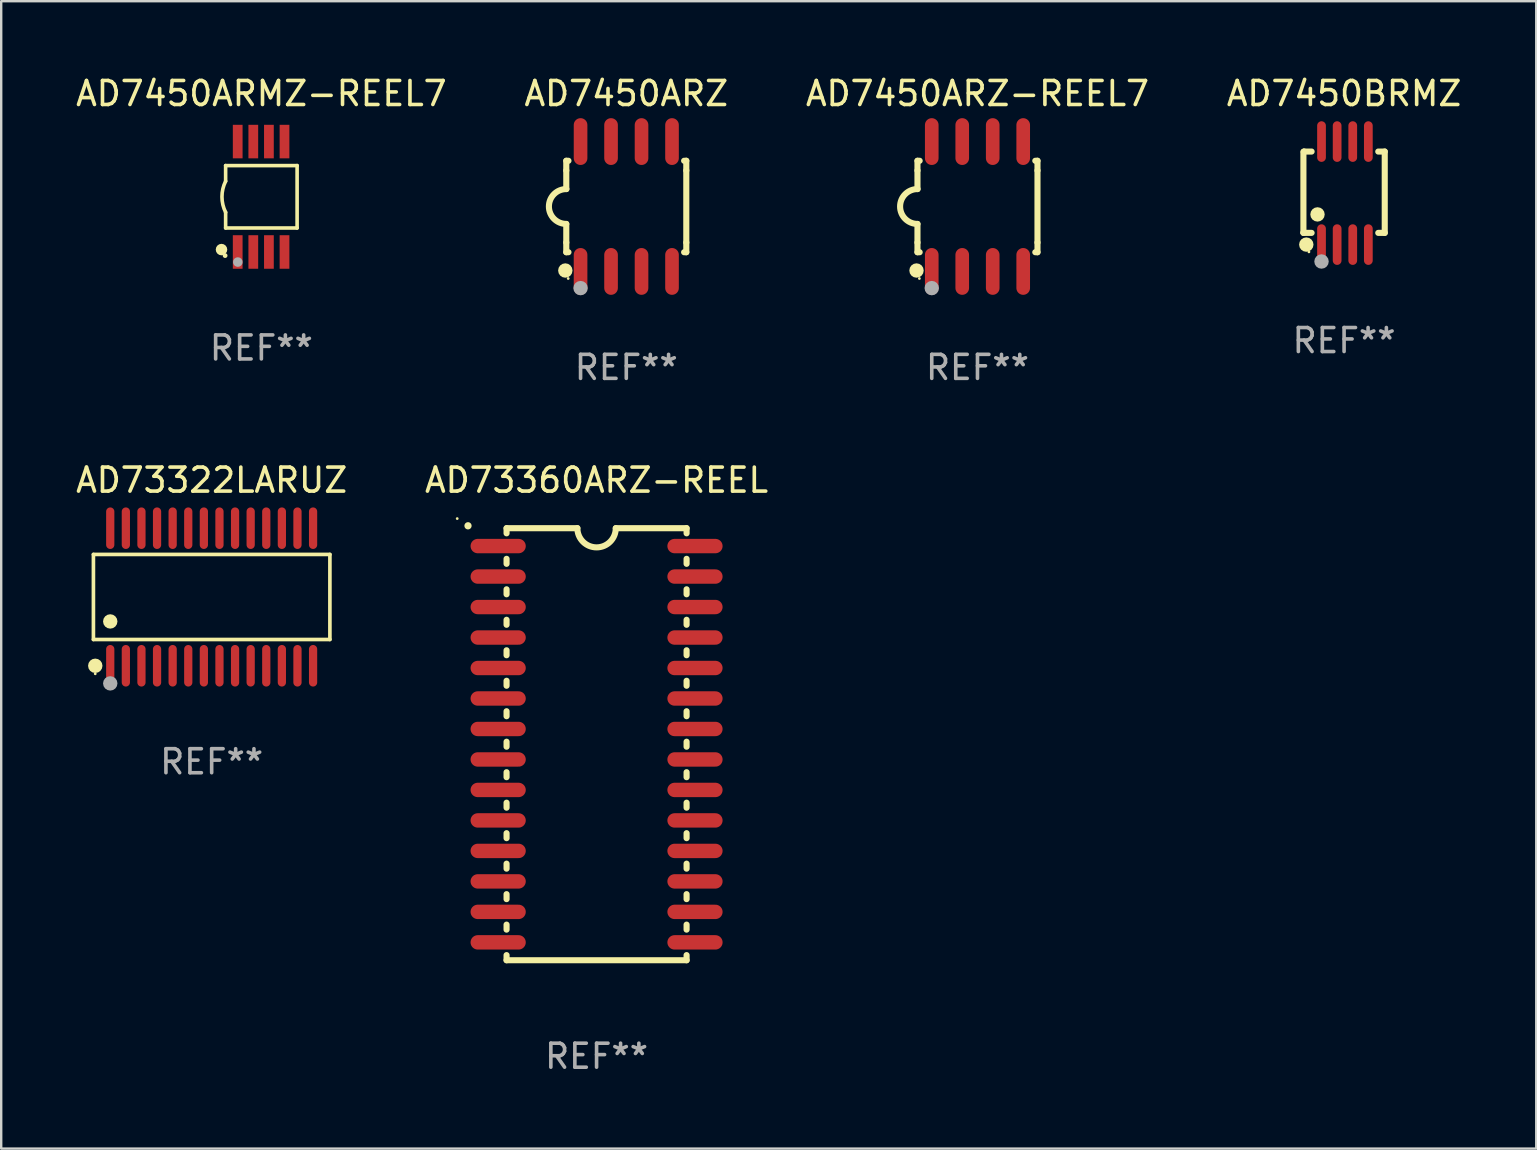
<source format=kicad_pcb>
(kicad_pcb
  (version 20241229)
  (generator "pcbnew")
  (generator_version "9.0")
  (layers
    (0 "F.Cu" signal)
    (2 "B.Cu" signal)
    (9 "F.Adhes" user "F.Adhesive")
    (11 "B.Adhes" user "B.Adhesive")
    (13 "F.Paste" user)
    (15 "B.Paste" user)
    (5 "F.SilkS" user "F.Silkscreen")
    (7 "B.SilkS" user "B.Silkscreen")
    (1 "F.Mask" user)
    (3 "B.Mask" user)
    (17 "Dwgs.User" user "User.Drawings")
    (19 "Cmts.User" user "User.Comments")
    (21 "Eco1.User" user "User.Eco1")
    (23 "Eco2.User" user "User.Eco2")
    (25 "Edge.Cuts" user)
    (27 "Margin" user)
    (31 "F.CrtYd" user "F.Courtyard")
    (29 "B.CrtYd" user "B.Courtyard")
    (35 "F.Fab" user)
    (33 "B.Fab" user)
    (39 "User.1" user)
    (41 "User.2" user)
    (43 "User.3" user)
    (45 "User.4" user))
  (footprint "AD73360ARZ-REEL"
    (layer "F.Cu")
    (at 21.804 27.955)
    (property "Reference" "AD73360ARZ-REEL" (at 0 -11 0) (layer "F.SilkS") (effects (font (size 1 1) (thickness 0.15))))
    (attr through_hole)
    (fp_line (start -3.75 -9) (end -3.75 -8.786) (stroke (width 0.254) (type solid)) (layer "F.SilkS"))
    (fp_line (start -3.75 -9) (end -0.8 -9) (stroke (width 0.254) (type solid)) (layer "F.SilkS"))
    (fp_line (start -3.75 -7.724) (end -3.75 -7.516) (stroke (width 0.254) (type solid)) (layer "F.SilkS"))
    (fp_line (start -3.75 -6.454) (end -3.75 -6.246) (stroke (width 0.254) (type solid)) (layer "F.SilkS"))
    (fp_line (start -3.75 -5.184) (end -3.75 -4.976) (stroke (width 0.254) (type solid)) (layer "F.SilkS"))
    (fp_line (start -3.75 -3.914) (end -3.75 -3.706) (stroke (width 0.254) (type solid)) (layer "F.SilkS"))
    (fp_line (start -3.75 -2.644) (end -3.75 -2.436) (stroke (width 0.254) (type solid)) (layer "F.SilkS"))
    (fp_line (start -3.75 -1.374) (end -3.75 -1.166) (stroke (width 0.254) (type solid)) (layer "F.SilkS"))
    (fp_line (start -3.75 -0.104) (end -3.75 0.104) (stroke (width 0.254) (type solid)) (layer "F.SilkS"))
    (fp_line (start -3.75 1.166) (end -3.75 1.374) (stroke (width 0.254) (type solid)) (layer "F.SilkS"))
    (fp_line (start -3.75 2.436) (end -3.75 2.644) (stroke (width 0.254) (type solid)) (layer "F.SilkS"))
    (fp_line (start -3.75 3.706) (end -3.75 3.914) (stroke (width 0.254) (type solid)) (layer "F.SilkS"))
    (fp_line (start -3.75 4.976) (end -3.75 5.184) (stroke (width 0.254) (type solid)) (layer "F.SilkS"))
    (fp_line (start -3.75 6.246) (end -3.75 6.454) (stroke (width 0.254) (type solid)) (layer "F.SilkS"))
    (fp_line (start -3.75 7.516) (end -3.75 7.724) (stroke (width 0.254) (type solid)) (layer "F.SilkS"))
    (fp_line (start -3.75 8.786) (end -3.75 9) (stroke (width 0.254) (type solid)) (layer "F.SilkS"))
    (fp_line (start 3.75 -9) (end 0.8 -9) (stroke (width 0.254) (type solid)) (layer "F.SilkS"))
    (fp_line (start 3.75 -9) (end 3.75 -8.786) (stroke (width 0.254) (type solid)) (layer "F.SilkS"))
    (fp_line (start 3.75 -7.724) (end 3.75 -7.516) (stroke (width 0.254) (type solid)) (layer "F.SilkS"))
    (fp_line (start 3.75 -6.454) (end 3.75 -6.246) (stroke (width 0.254) (type solid)) (layer "F.SilkS"))
    (fp_line (start 3.75 -5.184) (end 3.75 -4.976) (stroke (width 0.254) (type solid)) (layer "F.SilkS"))
    (fp_line (start 3.75 -3.914) (end 3.75 -3.706) (stroke (width 0.254) (type solid)) (layer "F.SilkS"))
    (fp_line (start 3.75 -2.644) (end 3.75 -2.436) (stroke (width 0.254) (type solid)) (layer "F.SilkS"))
    (fp_line (start 3.75 -1.374) (end 3.75 -1.166) (stroke (width 0.254) (type solid)) (layer "F.SilkS"))
    (fp_line (start 3.75 -0.104) (end 3.75 0.104) (stroke (width 0.254) (type solid)) (layer "F.SilkS"))
    (fp_line (start 3.75 1.166) (end 3.75 1.374) (stroke (width 0.254) (type solid)) (layer "F.SilkS"))
    (fp_line (start 3.75 2.436) (end 3.75 2.644) (stroke (width 0.254) (type solid)) (layer "F.SilkS"))
    (fp_line (start 3.75 3.706) (end 3.75 3.914) (stroke (width 0.254) (type solid)) (layer "F.SilkS"))
    (fp_line (start 3.75 4.976) (end 3.75 5.184) (stroke (width 0.254) (type solid)) (layer "F.SilkS"))
    (fp_line (start 3.75 6.246) (end 3.75 6.454) (stroke (width 0.254) (type solid)) (layer "F.SilkS"))
    (fp_line (start 3.75 7.516) (end 3.75 7.724) (stroke (width 0.254) (type solid)) (layer "F.SilkS"))
    (fp_line (start 3.75 8.786) (end 3.75 9) (stroke (width 0.254) (type solid)) (layer "F.SilkS"))
    (fp_line (start 3.75 9) (end -3.75 9) (stroke (width 0.254) (type solid)) (layer "F.SilkS"))
    (fp_arc (start -5.356414 -9.098298) (mid -5.356419 -9.099568) (end -5.356414 -9.100838) (stroke (width 0.3) (type solid)) (layer "F.SilkS"))
    (fp_arc (start 0.800076 -9.000025) (mid -0.000102 -8.201067) (end -0.799466 -9.000838) (stroke (width 0.254001) (type solid)) (layer "F.SilkS"))
    (fp_circle (center -5.806 -9.4) (end -5.776 -9.4) (stroke (width 0.06) (type solid)) (fill no) (layer "F.SilkS"))
    (fp_text user "REF**" (at 0 13 0) (layer "F.Fab") (effects (font (size 1 1) (thickness 0.15))))
    (pad "1" smd oval (at -4.1 -8.255 90) (size 0.6 2.3) (layers "F.Cu" "F.Mask" "F.Paste"))
    (pad "2" smd oval (at -4.1 -6.985 90) (size 0.6 2.3) (layers "F.Cu" "F.Mask" "F.Paste"))
    (pad "3" smd oval (at -4.1 -5.715 90) (size 0.6 2.3) (layers "F.Cu" "F.Mask" "F.Paste"))
    (pad "4" smd oval (at -4.1 -4.445 90) (size 0.6 2.3) (layers "F.Cu" "F.Mask" "F.Paste"))
    (pad "5" smd oval (at -4.1 -3.175 90) (size 0.6 2.3) (layers "F.Cu" "F.Mask" "F.Paste"))
    (pad "6" smd oval (at -4.1 -1.905 90) (size 0.6 2.3) (layers "F.Cu" "F.Mask" "F.Paste"))
    (pad "7" smd oval (at -4.1 -0.635 90) (size 0.6 2.3) (layers "F.Cu" "F.Mask" "F.Paste"))
    (pad "8" smd oval (at -4.1 0.635 90) (size 0.6 2.3) (layers "F.Cu" "F.Mask" "F.Paste"))
    (pad "9" smd oval (at -4.1 1.905 90) (size 0.6 2.3) (layers "F.Cu" "F.Mask" "F.Paste"))
    (pad "10" smd oval (at -4.1 3.175 90) (size 0.6 2.3) (layers "F.Cu" "F.Mask" "F.Paste"))
    (pad "11" smd oval (at -4.1 4.445 90) (size 0.6 2.3) (layers "F.Cu" "F.Mask" "F.Paste"))
    (pad "12" smd oval (at -4.1 5.715 90) (size 0.6 2.3) (layers "F.Cu" "F.Mask" "F.Paste"))
    (pad "13" smd oval (at -4.1 6.985 90) (size 0.6 2.3) (layers "F.Cu" "F.Mask" "F.Paste"))
    (pad "14" smd oval (at -4.1 8.255 90) (size 0.6 2.3) (layers "F.Cu" "F.Mask" "F.Paste"))
    (pad "15" smd oval (at 4.1 8.255 90) (size 0.6 2.3) (layers "F.Cu" "F.Mask" "F.Paste"))
    (pad "16" smd oval (at 4.1 6.985 90) (size 0.6 2.3) (layers "F.Cu" "F.Mask" "F.Paste"))
    (pad "17" smd oval (at 4.1 5.715 90) (size 0.6 2.3) (layers "F.Cu" "F.Mask" "F.Paste"))
    (pad "18" smd oval (at 4.1 4.445 90) (size 0.6 2.3) (layers "F.Cu" "F.Mask" "F.Paste"))
    (pad "19" smd oval (at 4.1 3.175 90) (size 0.6 2.3) (layers "F.Cu" "F.Mask" "F.Paste"))
    (pad "20" smd oval (at 4.1 1.905 90) (size 0.6 2.3) (layers "F.Cu" "F.Mask" "F.Paste"))
    (pad "21" smd oval (at 4.1 0.635 90) (size 0.6 2.3) (layers "F.Cu" "F.Mask" "F.Paste"))
    (pad "22" smd oval (at 4.1 -0.635 90) (size 0.6 2.3) (layers "F.Cu" "F.Mask" "F.Paste"))
    (pad "23" smd oval (at 4.1 -1.905 90) (size 0.6 2.3) (layers "F.Cu" "F.Mask" "F.Paste"))
    (pad "24" smd oval (at 4.1 -3.175 90) (size 0.6 2.3) (layers "F.Cu" "F.Mask" "F.Paste"))
    (pad "25" smd oval (at 4.1 -4.445 90) (size 0.6 2.3) (layers "F.Cu" "F.Mask" "F.Paste"))
    (pad "26" smd oval (at 4.1 -5.715 90) (size 0.6 2.3) (layers "F.Cu" "F.Mask" "F.Paste"))
    (pad "27" smd oval (at 4.1 -6.985 90) (size 0.6 2.3) (layers "F.Cu" "F.Mask" "F.Paste"))
    (pad "28" smd oval (at 4.1 -8.255 90) (size 0.6 2.3) (layers "F.Cu" "F.Mask" "F.Paste")))
  (footprint "AD73322LARUZ"
    (layer "F.Cu")
    (at 5.768 21.821)
    (property "Reference" "AD73322LARUZ" (at 0 -4.866 0) (layer "F.SilkS") (effects (font (size 1 1) (thickness 0.15))))
    (attr through_hole)
    (fp_line (start -4.926 -1.772) (end 4.926 -1.772) (stroke (width 0.152) (type solid)) (layer "F.SilkS"))
    (fp_line (start -4.926 1.771) (end -4.926 -1.772) (stroke (width 0.152) (type solid)) (layer "F.SilkS"))
    (fp_line (start 4.926 -1.772) (end 4.926 1.771) (stroke (width 0.152) (type solid)) (layer "F.SilkS"))
    (fp_line (start 4.926 1.771) (end -4.926 1.771) (stroke (width 0.152) (type solid)) (layer "F.SilkS"))
    (fp_circle (center -4.85 3.2) (end -4.82 3.2) (stroke (width 0.06) (type solid)) (fill no) (layer "F.SilkS"))
    (fp_circle (center -4.849 2.866) (end -4.699 2.866) (stroke (width 0.3) (type solid)) (fill no) (layer "F.SilkS"))
    (fp_circle (center -4.225 1.019) (end -4.075 1.019) (stroke (width 0.3) (type solid)) (fill no) (layer "F.SilkS"))
    (fp_circle (center -4.225 3.6) (end -4.075 3.6) (stroke (width 0.3) (type solid)) (fill no) (layer "F.Fab"))
    (fp_text user "REF**" (at 0 6.866 0) (layer "F.Fab") (effects (font (size 1 1) (thickness 0.15))))
    (pad "1" smd oval (at -4.225 2.866) (size 0.343 1.731) (layers "F.Cu" "F.Mask" "F.Paste"))
    (pad "2" smd oval (at -3.575 2.866) (size 0.343 1.731) (layers "F.Cu" "F.Mask" "F.Paste"))
    (pad "3" smd oval (at -2.925 2.866) (size 0.343 1.731) (layers "F.Cu" "F.Mask" "F.Paste"))
    (pad "4" smd oval (at -2.275 2.866) (size 0.343 1.731) (layers "F.Cu" "F.Mask" "F.Paste"))
    (pad "5" smd oval (at -1.625 2.866) (size 0.343 1.731) (layers "F.Cu" "F.Mask" "F.Paste"))
    (pad "6" smd oval (at -0.975 2.866) (size 0.343 1.731) (layers "F.Cu" "F.Mask" "F.Paste"))
    (pad "7" smd oval (at -0.325 2.866) (size 0.343 1.731) (layers "F.Cu" "F.Mask" "F.Paste"))
    (pad "8" smd oval (at 0.325 2.866) (size 0.343 1.731) (layers "F.Cu" "F.Mask" "F.Paste"))
    (pad "9" smd oval (at 0.975 2.866) (size 0.343 1.731) (layers "F.Cu" "F.Mask" "F.Paste"))
    (pad "10" smd oval (at 1.625 2.866) (size 0.343 1.731) (layers "F.Cu" "F.Mask" "F.Paste"))
    (pad "11" smd oval (at 2.275 2.866) (size 0.343 1.731) (layers "F.Cu" "F.Mask" "F.Paste"))
    (pad "12" smd oval (at 2.925 2.866) (size 0.343 1.731) (layers "F.Cu" "F.Mask" "F.Paste"))
    (pad "13" smd oval (at 3.575 2.866) (size 0.343 1.731) (layers "F.Cu" "F.Mask" "F.Paste"))
    (pad "14" smd oval (at 4.225 2.866) (size 0.343 1.731) (layers "F.Cu" "F.Mask" "F.Paste"))
    (pad "15" smd oval (at 4.225 -2.866) (size 0.343 1.731) (layers "F.Cu" "F.Mask" "F.Paste"))
    (pad "16" smd oval (at 3.575 -2.866) (size 0.343 1.731) (layers "F.Cu" "F.Mask" "F.Paste"))
    (pad "17" smd oval (at 2.925 -2.866) (size 0.343 1.731) (layers "F.Cu" "F.Mask" "F.Paste"))
    (pad "18" smd oval (at 2.275 -2.866) (size 0.343 1.731) (layers "F.Cu" "F.Mask" "F.Paste"))
    (pad "19" smd oval (at 1.625 -2.866) (size 0.343 1.731) (layers "F.Cu" "F.Mask" "F.Paste"))
    (pad "20" smd oval (at 0.975 -2.866) (size 0.343 1.731) (layers "F.Cu" "F.Mask" "F.Paste"))
    (pad "21" smd oval (at 0.325 -2.866) (size 0.343 1.731) (layers "F.Cu" "F.Mask" "F.Paste"))
    (pad "22" smd oval (at -0.325 -2.866) (size 0.343 1.731) (layers "F.Cu" "F.Mask" "F.Paste"))
    (pad "23" smd oval (at -0.975 -2.866) (size 0.343 1.731) (layers "F.Cu" "F.Mask" "F.Paste"))
    (pad "24" smd oval (at -1.625 -2.866) (size 0.343 1.731) (layers "F.Cu" "F.Mask" "F.Paste"))
    (pad "25" smd oval (at -2.275 -2.866) (size 0.343 1.731) (layers "F.Cu" "F.Mask" "F.Paste"))
    (pad "26" smd oval (at -2.925 -2.866) (size 0.343 1.731) (layers "F.Cu" "F.Mask" "F.Paste"))
    (pad "27" smd oval (at -3.575 -2.866) (size 0.343 1.731) (layers "F.Cu" "F.Mask" "F.Paste"))
    (pad "28" smd oval (at -4.225 -2.866) (size 0.343 1.731) (layers "F.Cu" "F.Mask" "F.Paste")))
  (footprint "AD7450BRMZ"
    (layer "F.Cu")
    (at 52.946 4.994)
    (property "Reference" "AD7450BRMZ" (at 0 -4.146 0) (layer "F.SilkS") (effects (font (size 1 1) (thickness 0.15))))
    (attr through_hole)
    (fp_line (start -1.694 -1.724) (end -1.694 1.652) (stroke (width 0.254) (type solid)) (layer "F.SilkS"))
    (fp_line (start -1.694 1.652) (end -1.688 1.658) (stroke (width 0.254) (type solid)) (layer "F.SilkS"))
    (fp_line (start -1.688 1.658) (end -1.353 1.658) (stroke (width 0.254) (type solid)) (layer "F.SilkS"))
    (fp_line (start -1.661 -1.73) (end -1.681 -1.71) (stroke (width 0.254) (type solid)) (layer "F.SilkS"))
    (fp_line (start -1.353 -1.73) (end -1.661 -1.73) (stroke (width 0.254) (type solid)) (layer "F.SilkS"))
    (fp_line (start 1.424 1.658) (end 1.694 1.658) (stroke (width 0.254) (type solid)) (layer "F.SilkS"))
    (fp_line (start 1.694 -1.73) (end 1.424 -1.73) (stroke (width 0.254) (type solid)) (layer "F.SilkS"))
    (fp_line (start 1.694 1.658) (end 1.694 -1.73) (stroke (width 0.254) (type solid)) (layer "F.SilkS"))
    (fp_circle (center -1.574 2.146) (end -1.424 2.146) (stroke (width 0.3) (type solid)) (fill no) (layer "F.SilkS"))
    (fp_circle (center -1.464 2.45) (end -1.434 2.45) (stroke (width 0.06) (type solid)) (fill no) (layer "F.SilkS"))
    (fp_circle (center -1.107 0.889) (end -0.957 0.889) (stroke (width 0.3) (type solid)) (fill no) (layer "F.SilkS"))
    (fp_circle (center -0.94 2.85) (end -0.789 2.85) (stroke (width 0.3) (type solid)) (fill no) (layer "F.Fab"))
    (fp_text user "REF**" (at 0 6.146 0) (layer "F.Fab") (effects (font (size 1 1) (thickness 0.15))))
    (pad "1" smd oval (at -0.94 2.146) (size 0.364 1.692) (layers "F.Cu" "F.Mask" "F.Paste"))
    (pad "2" smd oval (at -0.289 2.146) (size 0.364 1.692) (layers "F.Cu" "F.Mask" "F.Paste"))
    (pad "3" smd oval (at 0.361 2.146) (size 0.364 1.692) (layers "F.Cu" "F.Mask" "F.Paste"))
    (pad "4" smd oval (at 1.011 2.146) (size 0.364 1.692) (layers "F.Cu" "F.Mask" "F.Paste"))
    (pad "5" smd oval (at 1.011 -2.146) (size 0.364 1.692) (layers "F.Cu" "F.Mask" "F.Paste"))
    (pad "6" smd oval (at 0.361 -2.146) (size 0.364 1.692) (layers "F.Cu" "F.Mask" "F.Paste"))
    (pad "7" smd oval (at -0.289 -2.146) (size 0.364 1.692) (layers "F.Cu" "F.Mask" "F.Paste"))
    (pad "8" smd oval (at -0.94 -2.146) (size 0.364 1.692) (layers "F.Cu" "F.Mask" "F.Paste")))
  (footprint "AD7450ARZ"
    (layer "F.Cu")
    (at 23.042 5.553)
    (property "Reference" "AD7450ARZ" (at 0 -4.705 0) (layer "F.SilkS") (effects (font (size 1 1) (thickness 0.15))))
    (attr through_hole)
    (fp_line (start -2.5 -1.905) (end -2.409 -1.905) (stroke (width 0.254) (type solid)) (layer "F.SilkS"))
    (fp_line (start -2.5 -1.5) (end -2.5 -1.905) (stroke (width 0.254) (type solid)) (layer "F.SilkS"))
    (fp_line (start -2.5 -1.5) (end -2.5 -0.726) (stroke (width 0.254) (type solid)) (layer "F.SilkS"))
    (fp_line (start -2.5 1.5) (end -2.5 0.727) (stroke (width 0.254) (type solid)) (layer "F.SilkS"))
    (fp_line (start -2.5 1.5) (end -2.5 1.905) (stroke (width 0.254) (type solid)) (layer "F.SilkS"))
    (fp_line (start -2.5 1.905) (end -2.409 1.905) (stroke (width 0.254) (type solid)) (layer "F.SilkS"))
    (fp_line (start 2.5 -1.905) (end 2.409 -1.905) (stroke (width 0.254) (type solid)) (layer "F.SilkS"))
    (fp_line (start 2.5 -1.5) (end 2.5 -1.905) (stroke (width 0.254) (type solid)) (layer "F.SilkS"))
    (fp_line (start 2.5 -1.5) (end 2.5 1.5) (stroke (width 0.254) (type solid)) (layer "F.SilkS"))
    (fp_line (start 2.5 1.5) (end 2.5 1.905) (stroke (width 0.254) (type solid)) (layer "F.SilkS"))
    (fp_line (start 2.5 1.905) (end 2.409 1.905) (stroke (width 0.254) (type solid)) (layer "F.SilkS"))
    (fp_arc (start -2.5 0.726568) (mid -3.220316 -0.0023) (end -2.495097 -0.726289) (stroke (width 0.254001) (type solid)) (layer "F.SilkS"))
    (fp_circle (center -2.54 2.667) (end -2.39 2.667) (stroke (width 0.3) (type solid)) (fill no) (layer "F.SilkS"))
    (fp_circle (center -2.42 3) (end -2.39 3) (stroke (width 0.06) (type solid)) (fill no) (layer "F.SilkS"))
    (fp_circle (center -1.905 3.4) (end -1.755 3.4) (stroke (width 0.3) (type solid)) (fill no) (layer "F.Fab"))
    (fp_text user "REF**" (at 0 6.705 0) (layer "F.Fab") (effects (font (size 1 1) (thickness 0.15))))
    (pad "1" smd oval (at -1.905 2.705) (size 0.568 1.95) (layers "F.Cu" "F.Mask" "F.Paste"))
    (pad "2" smd oval (at -0.635 2.705) (size 0.568 1.95) (layers "F.Cu" "F.Mask" "F.Paste"))
    (pad "3" smd oval (at 0.635 2.705) (size 0.568 1.95) (layers "F.Cu" "F.Mask" "F.Paste"))
    (pad "4" smd oval (at 1.905 2.705) (size 0.568 1.95) (layers "F.Cu" "F.Mask" "F.Paste"))
    (pad "5" smd oval (at 1.905 -2.705) (size 0.568 1.95) (layers "F.Cu" "F.Mask" "F.Paste"))
    (pad "6" smd oval (at 0.635 -2.705) (size 0.568 1.95) (layers "F.Cu" "F.Mask" "F.Paste"))
    (pad "7" smd oval (at -0.635 -2.705) (size 0.568 1.95) (layers "F.Cu" "F.Mask" "F.Paste"))
    (pad "8" smd oval (at -1.905 -2.705) (size 0.568 1.95) (layers "F.Cu" "F.Mask" "F.Paste")))
  (footprint "AD7450ARMZ-REEL7"
    (layer "F.Cu")
    (at 7.839 5.148)
    (property "Reference" "AD7450ARMZ-REEL7" (at 0 -4.3 0) (layer "F.SilkS") (effects (font (size 1 1) (thickness 0.15))))
    (attr through_hole)
    (fp_line (start -1.489 -1.3) (end -1.489 -0.648) (stroke (width 0.15) (type solid)) (layer "F.SilkS"))
    (fp_line (start -1.489 0.648) (end -1.489 1.3) (stroke (width 0.15) (type solid)) (layer "F.SilkS"))
    (fp_line (start -1.489 1.3) (end 1.489 1.3) (stroke (width 0.15) (type solid)) (layer "F.SilkS"))
    (fp_line (start 1.489 -1.3) (end -1.489 -1.3) (stroke (width 0.15) (type solid)) (layer "F.SilkS"))
    (fp_line (start 1.489 1.3) (end 1.489 -1.3) (stroke (width 0.15) (type solid)) (layer "F.SilkS"))
    (fp_arc (start -1.489205 0.647702) (mid -1.642107 0) (end -1.489205 -0.647701) (stroke (width 0.150013) (type solid)) (layer "F.SilkS"))
    (fp_circle (center -1.661 2.2) (end -1.541 2.2) (stroke (width 0.24) (type solid)) (fill no) (layer "F.SilkS"))
    (fp_circle (center -1.511 2.45) (end -1.461 2.45) (stroke (width 0.1) (type solid)) (fill no) (layer "F.SilkS"))
    (fp_circle (center -0.981 2.72) (end -0.881 2.72) (stroke (width 0.2) (type solid)) (fill no) (layer "F.Fab"))
    (fp_text user "REF**" (at 0 6.3 0) (layer "F.Fab") (effects (font (size 1 1) (thickness 0.15))))
    (pad "1" smd rect (at -0.986 2.3) (size 0.406 1.397) (layers "F.Cu" "F.Mask" "F.Paste"))
    (pad "2" smd rect (at -0.336 2.3) (size 0.406 1.397) (layers "F.Cu" "F.Mask" "F.Paste"))
    (pad "3" smd rect (at 0.314 2.3) (size 0.406 1.397) (layers "F.Cu" "F.Mask" "F.Paste"))
    (pad "4" smd rect (at 0.964 2.3) (size 0.406 1.397) (layers "F.Cu" "F.Mask" "F.Paste"))
    (pad "5" smd rect (at 0.964 -2.3) (size 0.406 1.397) (layers "F.Cu" "F.Mask" "F.Paste"))
    (pad "6" smd rect (at 0.314 -2.3) (size 0.406 1.397) (layers "F.Cu" "F.Mask" "F.Paste"))
    (pad "7" smd rect (at -0.336 -2.3) (size 0.406 1.397) (layers "F.Cu" "F.Mask" "F.Paste"))
    (pad "8" smd rect (at -0.986 -2.3) (size 0.406 1.397) (layers "F.Cu" "F.Mask" "F.Paste")))
  (footprint "AD7450ARZ-REEL7"
    (layer "F.Cu")
    (at 37.673 5.553)
    (property "Reference" "AD7450ARZ-REEL7" (at 0 -4.705 0) (layer "F.SilkS") (effects (font (size 1 1) (thickness 0.15))))
    (attr through_hole)
    (fp_line (start -2.5 -1.905) (end -2.409 -1.905) (stroke (width 0.254) (type solid)) (layer "F.SilkS"))
    (fp_line (start -2.5 -1.5) (end -2.5 -1.905) (stroke (width 0.254) (type solid)) (layer "F.SilkS"))
    (fp_line (start -2.5 -1.5) (end -2.5 -0.726) (stroke (width 0.254) (type solid)) (layer "F.SilkS"))
    (fp_line (start -2.5 1.5) (end -2.5 0.727) (stroke (width 0.254) (type solid)) (layer "F.SilkS"))
    (fp_line (start -2.5 1.5) (end -2.5 1.905) (stroke (width 0.254) (type solid)) (layer "F.SilkS"))
    (fp_line (start -2.5 1.905) (end -2.409 1.905) (stroke (width 0.254) (type solid)) (layer "F.SilkS"))
    (fp_line (start 2.5 -1.905) (end 2.409 -1.905) (stroke (width 0.254) (type solid)) (layer "F.SilkS"))
    (fp_line (start 2.5 -1.5) (end 2.5 -1.905) (stroke (width 0.254) (type solid)) (layer "F.SilkS"))
    (fp_line (start 2.5 -1.5) (end 2.5 1.5) (stroke (width 0.254) (type solid)) (layer "F.SilkS"))
    (fp_line (start 2.5 1.5) (end 2.5 1.905) (stroke (width 0.254) (type solid)) (layer "F.SilkS"))
    (fp_line (start 2.5 1.905) (end 2.409 1.905) (stroke (width 0.254) (type solid)) (layer "F.SilkS"))
    (fp_arc (start -2.5 0.726568) (mid -3.220316 -0.0023) (end -2.495097 -0.726289) (stroke (width 0.254001) (type solid)) (layer "F.SilkS"))
    (fp_circle (center -2.54 2.667) (end -2.39 2.667) (stroke (width 0.3) (type solid)) (fill no) (layer "F.SilkS"))
    (fp_circle (center -2.42 3) (end -2.39 3) (stroke (width 0.06) (type solid)) (fill no) (layer "F.SilkS"))
    (fp_circle (center -1.905 3.4) (end -1.755 3.4) (stroke (width 0.3) (type solid)) (fill no) (layer "F.Fab"))
    (fp_text user "REF**" (at 0 6.705 0) (layer "F.Fab") (effects (font (size 1 1) (thickness 0.15))))
    (pad "1" smd oval (at -1.905 2.705) (size 0.568 1.95) (layers "F.Cu" "F.Mask" "F.Paste"))
    (pad "2" smd oval (at -0.635 2.705) (size 0.568 1.95) (layers "F.Cu" "F.Mask" "F.Paste"))
    (pad "3" smd oval (at 0.635 2.705) (size 0.568 1.95) (layers "F.Cu" "F.Mask" "F.Paste"))
    (pad "4" smd oval (at 1.905 2.705) (size 0.568 1.95) (layers "F.Cu" "F.Mask" "F.Paste"))
    (pad "5" smd oval (at 1.905 -2.705) (size 0.568 1.95) (layers "F.Cu" "F.Mask" "F.Paste"))
    (pad "6" smd oval (at 0.635 -2.705) (size 0.568 1.95) (layers "F.Cu" "F.Mask" "F.Paste"))
    (pad "7" smd oval (at -0.635 -2.705) (size 0.568 1.95) (layers "F.Cu" "F.Mask" "F.Paste"))
    (pad "8" smd oval (at -1.905 -2.705) (size 0.568 1.95) (layers "F.Cu" "F.Mask" "F.Paste")))
  (gr_rect
    (start -3 -3)
    (end 60.952 44.803)
    (stroke (width 0.1) (type default))
    (fill no)
    (layer "Edge.Cuts")))
</source>
